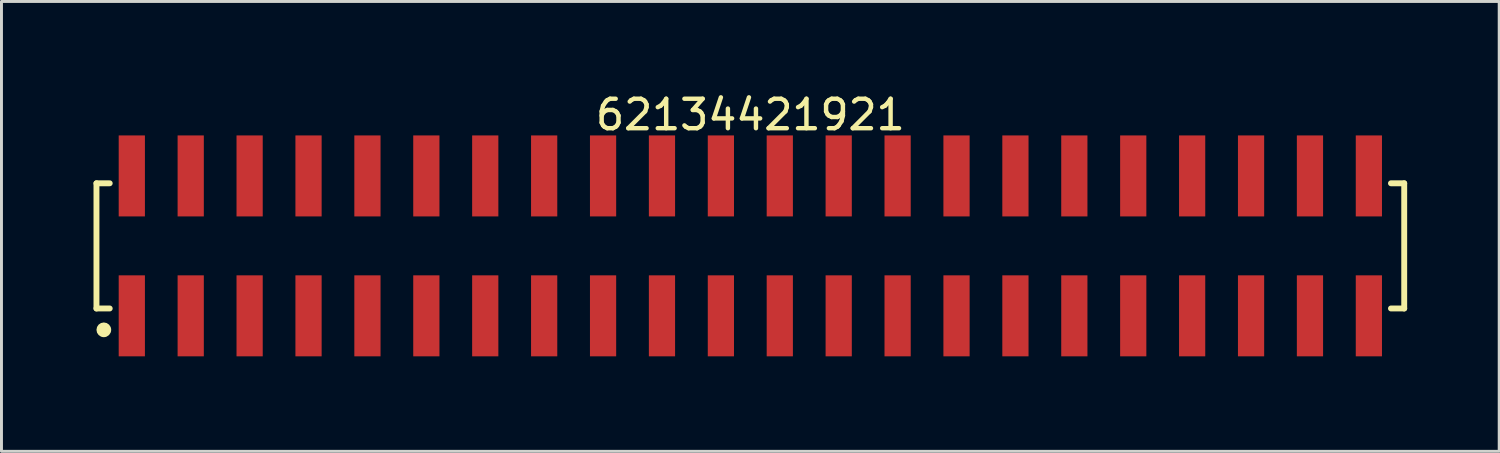
<source format=kicad_pcb>
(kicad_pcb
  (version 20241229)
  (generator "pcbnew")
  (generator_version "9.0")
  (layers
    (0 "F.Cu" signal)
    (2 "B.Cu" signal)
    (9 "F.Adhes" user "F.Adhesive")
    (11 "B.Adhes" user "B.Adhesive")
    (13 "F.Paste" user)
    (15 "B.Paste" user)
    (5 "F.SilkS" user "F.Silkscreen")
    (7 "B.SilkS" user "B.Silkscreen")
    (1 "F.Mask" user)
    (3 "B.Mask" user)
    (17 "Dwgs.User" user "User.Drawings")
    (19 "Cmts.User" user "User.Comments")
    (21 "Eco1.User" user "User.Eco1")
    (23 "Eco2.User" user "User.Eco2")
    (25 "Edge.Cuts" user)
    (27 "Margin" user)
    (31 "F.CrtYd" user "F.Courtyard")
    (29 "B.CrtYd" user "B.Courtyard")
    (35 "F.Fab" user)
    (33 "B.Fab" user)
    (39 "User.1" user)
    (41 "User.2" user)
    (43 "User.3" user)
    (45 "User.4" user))
  (footprint "62134421921"
    (layer "F.Cu")
    (at 22.425 5.298)
    (property "Reference" "62134421921" (at 0 -4.45 0) (layer "F.SilkS") (effects (font (size 1 1) (thickness 0.15))))
    (fp_line (start -22.2 -2.125) (end -21.75 -2.125) (stroke (width 0.2) (type solid)) (layer "F.SilkS"))
    (fp_line (start -22.2 2.125) (end -22.2 -2.125) (stroke (width 0.2) (type solid)) (layer "F.SilkS"))
    (fp_line (start -22.2 2.125) (end -21.75 2.125) (stroke (width 0.2) (type solid)) (layer "F.SilkS"))
    (fp_line (start 21.75 -2.125) (end 22.2 -2.125) (stroke (width 0.2) (type solid)) (layer "F.SilkS"))
    (fp_line (start 21.75 2.125) (end 22.2 2.125) (stroke (width 0.2) (type solid)) (layer "F.SilkS"))
    (fp_line (start 22.2 2.125) (end 22.2 -2.125) (stroke (width 0.2) (type solid)) (layer "F.SilkS"))
    (fp_circle (center -21.95 2.85) (end -21.95 2.725) (stroke (width 0.25) (type solid)) (fill no) (layer "F.SilkS"))
    (fp_line (start -22.4 -3.95) (end 22.4 -3.95) (stroke (width 0.05) (type solid)) (layer "Eco2.User"))
    (fp_line (start -22.4 3.95) (end -22.4 -3.95) (stroke (width 0.05) (type solid)) (layer "Eco2.User"))
    (fp_line (start -22.4 3.95) (end 22.4 3.95) (stroke (width 0.05) (type solid)) (layer "Eco2.User"))
    (fp_line (start -22 -2) (end 22 -2) (stroke (width 0.1) (type solid)) (layer "Eco2.User"))
    (fp_line (start -22 2) (end -22 -2) (stroke (width 0.1) (type solid)) (layer "Eco2.User"))
    (fp_line (start -22 2) (end 22 2) (stroke (width 0.1) (type solid)) (layer "Eco2.User"))
    (fp_line (start -21.25 -3.1) (end -20.75 -3.1) (stroke (width 0.1) (type solid)) (layer "Eco2.User"))
    (fp_line (start -21.25 -2) (end -21.25 -3.1) (stroke (width 0.1) (type solid)) (layer "Eco2.User"))
    (fp_line (start -21.25 3.1) (end -21.25 2) (stroke (width 0.1) (type solid)) (layer "Eco2.User"))
    (fp_line (start -21.25 3.1) (end -20.75 3.1) (stroke (width 0.1) (type solid)) (layer "Eco2.User"))
    (fp_line (start -20.75 -2) (end -20.75 -3.1) (stroke (width 0.1) (type solid)) (layer "Eco2.User"))
    (fp_line (start -20.75 3.1) (end -20.75 2) (stroke (width 0.1) (type solid)) (layer "Eco2.User"))
    (fp_line (start -19.25 -3.1) (end -18.75 -3.1) (stroke (width 0.1) (type solid)) (layer "Eco2.User"))
    (fp_line (start -19.25 -2) (end -19.25 -3.1) (stroke (width 0.1) (type solid)) (layer "Eco2.User"))
    (fp_line (start -19.25 3.1) (end -19.25 2) (stroke (width 0.1) (type solid)) (layer "Eco2.User"))
    (fp_line (start -19.25 3.1) (end -18.75 3.1) (stroke (width 0.1) (type solid)) (layer "Eco2.User"))
    (fp_line (start -18.75 -2) (end -18.75 -3.1) (stroke (width 0.1) (type solid)) (layer "Eco2.User"))
    (fp_line (start -18.75 3.1) (end -18.75 2) (stroke (width 0.1) (type solid)) (layer "Eco2.User"))
    (fp_line (start -17.25 -3.1) (end -16.75 -3.1) (stroke (width 0.1) (type solid)) (layer "Eco2.User"))
    (fp_line (start -17.25 -2) (end -17.25 -3.1) (stroke (width 0.1) (type solid)) (layer "Eco2.User"))
    (fp_line (start -17.25 3.1) (end -17.25 2) (stroke (width 0.1) (type solid)) (layer "Eco2.User"))
    (fp_line (start -17.25 3.1) (end -16.75 3.1) (stroke (width 0.1) (type solid)) (layer "Eco2.User"))
    (fp_line (start -16.75 -2) (end -16.75 -3.1) (stroke (width 0.1) (type solid)) (layer "Eco2.User"))
    (fp_line (start -16.75 3.1) (end -16.75 2) (stroke (width 0.1) (type solid)) (layer "Eco2.User"))
    (fp_line (start -15.25 -3.1) (end -14.75 -3.1) (stroke (width 0.1) (type solid)) (layer "Eco2.User"))
    (fp_line (start -15.25 -2) (end -15.25 -3.1) (stroke (width 0.1) (type solid)) (layer "Eco2.User"))
    (fp_line (start -15.25 3.1) (end -15.25 2) (stroke (width 0.1) (type solid)) (layer "Eco2.User"))
    (fp_line (start -15.25 3.1) (end -14.75 3.1) (stroke (width 0.1) (type solid)) (layer "Eco2.User"))
    (fp_line (start -14.75 -2) (end -14.75 -3.1) (stroke (width 0.1) (type solid)) (layer "Eco2.User"))
    (fp_line (start -14.75 3.1) (end -14.75 2) (stroke (width 0.1) (type solid)) (layer "Eco2.User"))
    (fp_line (start -13.25 -3.1) (end -12.75 -3.1) (stroke (width 0.1) (type solid)) (layer "Eco2.User"))
    (fp_line (start -13.25 -2) (end -13.25 -3.1) (stroke (width 0.1) (type solid)) (layer "Eco2.User"))
    (fp_line (start -13.25 3.1) (end -13.25 2) (stroke (width 0.1) (type solid)) (layer "Eco2.User"))
    (fp_line (start -13.25 3.1) (end -12.75 3.1) (stroke (width 0.1) (type solid)) (layer "Eco2.User"))
    (fp_line (start -12.75 -2) (end -12.75 -3.1) (stroke (width 0.1) (type solid)) (layer "Eco2.User"))
    (fp_line (start -12.75 3.1) (end -12.75 2) (stroke (width 0.1) (type solid)) (layer "Eco2.User"))
    (fp_line (start -11.25 -3.1) (end -10.75 -3.1) (stroke (width 0.1) (type solid)) (layer "Eco2.User"))
    (fp_line (start -11.25 -2) (end -11.25 -3.1) (stroke (width 0.1) (type solid)) (layer "Eco2.User"))
    (fp_line (start -11.25 3.1) (end -11.25 2) (stroke (width 0.1) (type solid)) (layer "Eco2.User"))
    (fp_line (start -11.25 3.1) (end -10.75 3.1) (stroke (width 0.1) (type solid)) (layer "Eco2.User"))
    (fp_line (start -10.75 -2) (end -10.75 -3.1) (stroke (width 0.1) (type solid)) (layer "Eco2.User"))
    (fp_line (start -10.75 3.1) (end -10.75 2) (stroke (width 0.1) (type solid)) (layer "Eco2.User"))
    (fp_line (start -9.25 -3.1) (end -8.75 -3.1) (stroke (width 0.1) (type solid)) (layer "Eco2.User"))
    (fp_line (start -9.25 -2) (end -9.25 -3.1) (stroke (width 0.1) (type solid)) (layer "Eco2.User"))
    (fp_line (start -9.25 3.1) (end -9.25 2) (stroke (width 0.1) (type solid)) (layer "Eco2.User"))
    (fp_line (start -9.25 3.1) (end -8.75 3.1) (stroke (width 0.1) (type solid)) (layer "Eco2.User"))
    (fp_line (start -8.75 -2) (end -8.75 -3.1) (stroke (width 0.1) (type solid)) (layer "Eco2.User"))
    (fp_line (start -8.75 3.1) (end -8.75 2) (stroke (width 0.1) (type solid)) (layer "Eco2.User"))
    (fp_line (start -7.25 -3.1) (end -6.75 -3.1) (stroke (width 0.1) (type solid)) (layer "Eco2.User"))
    (fp_line (start -7.25 -2) (end -7.25 -3.1) (stroke (width 0.1) (type solid)) (layer "Eco2.User"))
    (fp_line (start -7.25 3.1) (end -7.25 2) (stroke (width 0.1) (type solid)) (layer "Eco2.User"))
    (fp_line (start -7.25 3.1) (end -6.75 3.1) (stroke (width 0.1) (type solid)) (layer "Eco2.User"))
    (fp_line (start -6.75 -2) (end -6.75 -3.1) (stroke (width 0.1) (type solid)) (layer "Eco2.User"))
    (fp_line (start -6.75 3.1) (end -6.75 2) (stroke (width 0.1) (type solid)) (layer "Eco2.User"))
    (fp_line (start -5.25 -3.1) (end -4.75 -3.1) (stroke (width 0.1) (type solid)) (layer "Eco2.User"))
    (fp_line (start -5.25 -2) (end -5.25 -3.1) (stroke (width 0.1) (type solid)) (layer "Eco2.User"))
    (fp_line (start -5.25 3.1) (end -5.25 2) (stroke (width 0.1) (type solid)) (layer "Eco2.User"))
    (fp_line (start -5.25 3.1) (end -4.75 3.1) (stroke (width 0.1) (type solid)) (layer "Eco2.User"))
    (fp_line (start -4.75 -2) (end -4.75 -3.1) (stroke (width 0.1) (type solid)) (layer "Eco2.User"))
    (fp_line (start -4.75 3.1) (end -4.75 2) (stroke (width 0.1) (type solid)) (layer "Eco2.User"))
    (fp_line (start -3.25 -3.1) (end -2.75 -3.1) (stroke (width 0.1) (type solid)) (layer "Eco2.User"))
    (fp_line (start -3.25 -2) (end -3.25 -3.1) (stroke (width 0.1) (type solid)) (layer "Eco2.User"))
    (fp_line (start -3.25 3.1) (end -3.25 2) (stroke (width 0.1) (type solid)) (layer "Eco2.User"))
    (fp_line (start -3.25 3.1) (end -2.75 3.1) (stroke (width 0.1) (type solid)) (layer "Eco2.User"))
    (fp_line (start -2.75 -2) (end -2.75 -3.1) (stroke (width 0.1) (type solid)) (layer "Eco2.User"))
    (fp_line (start -2.75 3.1) (end -2.75 2) (stroke (width 0.1) (type solid)) (layer "Eco2.User"))
    (fp_line (start -1.25 -3.1) (end -0.75 -3.1) (stroke (width 0.1) (type solid)) (layer "Eco2.User"))
    (fp_line (start -1.25 -2) (end -1.25 -3.1) (stroke (width 0.1) (type solid)) (layer "Eco2.User"))
    (fp_line (start -1.25 3.1) (end -1.25 2) (stroke (width 0.1) (type solid)) (layer "Eco2.User"))
    (fp_line (start -1.25 3.1) (end -0.75 3.1) (stroke (width 0.1) (type solid)) (layer "Eco2.User"))
    (fp_line (start -0.75 -2) (end -0.75 -3.1) (stroke (width 0.1) (type solid)) (layer "Eco2.User"))
    (fp_line (start -0.75 3.1) (end -0.75 2) (stroke (width 0.1) (type solid)) (layer "Eco2.User"))
    (fp_line (start -0.5 0) (end 0.5 0) (stroke (width 0.05) (type solid)) (layer "Eco2.User"))
    (fp_line (start 0 0.5) (end 0 -0.5) (stroke (width 0.05) (type solid)) (layer "Eco2.User"))
    (fp_line (start 0.75 -3.1) (end 1.25 -3.1) (stroke (width 0.1) (type solid)) (layer "Eco2.User"))
    (fp_line (start 0.75 -2) (end 0.75 -3.1) (stroke (width 0.1) (type solid)) (layer "Eco2.User"))
    (fp_line (start 0.75 3.1) (end 0.75 2) (stroke (width 0.1) (type solid)) (layer "Eco2.User"))
    (fp_line (start 0.75 3.1) (end 1.25 3.1) (stroke (width 0.1) (type solid)) (layer "Eco2.User"))
    (fp_line (start 1.25 -2) (end 1.25 -3.1) (stroke (width 0.1) (type solid)) (layer "Eco2.User"))
    (fp_line (start 1.25 3.1) (end 1.25 2) (stroke (width 0.1) (type solid)) (layer "Eco2.User"))
    (fp_line (start 2.75 -3.1) (end 3.25 -3.1) (stroke (width 0.1) (type solid)) (layer "Eco2.User"))
    (fp_line (start 2.75 -2) (end 2.75 -3.1) (stroke (width 0.1) (type solid)) (layer "Eco2.User"))
    (fp_line (start 2.75 3.1) (end 2.75 2) (stroke (width 0.1) (type solid)) (layer "Eco2.User"))
    (fp_line (start 2.75 3.1) (end 3.25 3.1) (stroke (width 0.1) (type solid)) (layer "Eco2.User"))
    (fp_line (start 3.25 -2) (end 3.25 -3.1) (stroke (width 0.1) (type solid)) (layer "Eco2.User"))
    (fp_line (start 3.25 3.1) (end 3.25 2) (stroke (width 0.1) (type solid)) (layer "Eco2.User"))
    (fp_line (start 4.75 -3.1) (end 5.25 -3.1) (stroke (width 0.1) (type solid)) (layer "Eco2.User"))
    (fp_line (start 4.75 -2) (end 4.75 -3.1) (stroke (width 0.1) (type solid)) (layer "Eco2.User"))
    (fp_line (start 4.75 3.1) (end 4.75 2) (stroke (width 0.1) (type solid)) (layer "Eco2.User"))
    (fp_line (start 4.75 3.1) (end 5.25 3.1) (stroke (width 0.1) (type solid)) (layer "Eco2.User"))
    (fp_line (start 5.25 -2) (end 5.25 -3.1) (stroke (width 0.1) (type solid)) (layer "Eco2.User"))
    (fp_line (start 5.25 3.1) (end 5.25 2) (stroke (width 0.1) (type solid)) (layer "Eco2.User"))
    (fp_line (start 6.75 -3.1) (end 7.25 -3.1) (stroke (width 0.1) (type solid)) (layer "Eco2.User"))
    (fp_line (start 6.75 -2) (end 6.75 -3.1) (stroke (width 0.1) (type solid)) (layer "Eco2.User"))
    (fp_line (start 6.75 3.1) (end 6.75 2) (stroke (width 0.1) (type solid)) (layer "Eco2.User"))
    (fp_line (start 6.75 3.1) (end 7.25 3.1) (stroke (width 0.1) (type solid)) (layer "Eco2.User"))
    (fp_line (start 7.25 -2) (end 7.25 -3.1) (stroke (width 0.1) (type solid)) (layer "Eco2.User"))
    (fp_line (start 7.25 3.1) (end 7.25 2) (stroke (width 0.1) (type solid)) (layer "Eco2.User"))
    (fp_line (start 8.75 -3.1) (end 9.25 -3.1) (stroke (width 0.1) (type solid)) (layer "Eco2.User"))
    (fp_line (start 8.75 -2) (end 8.75 -3.1) (stroke (width 0.1) (type solid)) (layer "Eco2.User"))
    (fp_line (start 8.75 3.1) (end 8.75 2) (stroke (width 0.1) (type solid)) (layer "Eco2.User"))
    (fp_line (start 8.75 3.1) (end 9.25 3.1) (stroke (width 0.1) (type solid)) (layer "Eco2.User"))
    (fp_line (start 9.25 -2) (end 9.25 -3.1) (stroke (width 0.1) (type solid)) (layer "Eco2.User"))
    (fp_line (start 9.25 3.1) (end 9.25 2) (stroke (width 0.1) (type solid)) (layer "Eco2.User"))
    (fp_line (start 10.75 -3.1) (end 11.25 -3.1) (stroke (width 0.1) (type solid)) (layer "Eco2.User"))
    (fp_line (start 10.75 -2) (end 10.75 -3.1) (stroke (width 0.1) (type solid)) (layer "Eco2.User"))
    (fp_line (start 10.75 3.1) (end 10.75 2) (stroke (width 0.1) (type solid)) (layer "Eco2.User"))
    (fp_line (start 10.75 3.1) (end 11.25 3.1) (stroke (width 0.1) (type solid)) (layer "Eco2.User"))
    (fp_line (start 11.25 -2) (end 11.25 -3.1) (stroke (width 0.1) (type solid)) (layer "Eco2.User"))
    (fp_line (start 11.25 3.1) (end 11.25 2) (stroke (width 0.1) (type solid)) (layer "Eco2.User"))
    (fp_line (start 12.75 -3.1) (end 13.25 -3.1) (stroke (width 0.1) (type solid)) (layer "Eco2.User"))
    (fp_line (start 12.75 -2) (end 12.75 -3.1) (stroke (width 0.1) (type solid)) (layer "Eco2.User"))
    (fp_line (start 12.75 3.1) (end 12.75 2) (stroke (width 0.1) (type solid)) (layer "Eco2.User"))
    (fp_line (start 12.75 3.1) (end 13.25 3.1) (stroke (width 0.1) (type solid)) (layer "Eco2.User"))
    (fp_line (start 13.25 -2) (end 13.25 -3.1) (stroke (width 0.1) (type solid)) (layer "Eco2.User"))
    (fp_line (start 13.25 3.1) (end 13.25 2) (stroke (width 0.1) (type solid)) (layer "Eco2.User"))
    (fp_line (start 14.75 -3.1) (end 15.25 -3.1) (stroke (width 0.1) (type solid)) (layer "Eco2.User"))
    (fp_line (start 14.75 -2) (end 14.75 -3.1) (stroke (width 0.1) (type solid)) (layer "Eco2.User"))
    (fp_line (start 14.75 3.1) (end 14.75 2) (stroke (width 0.1) (type solid)) (layer "Eco2.User"))
    (fp_line (start 14.75 3.1) (end 15.25 3.1) (stroke (width 0.1) (type solid)) (layer "Eco2.User"))
    (fp_line (start 15.25 -2) (end 15.25 -3.1) (stroke (width 0.1) (type solid)) (layer "Eco2.User"))
    (fp_line (start 15.25 3.1) (end 15.25 2) (stroke (width 0.1) (type solid)) (layer "Eco2.User"))
    (fp_line (start 16.75 -3.1) (end 17.25 -3.1) (stroke (width 0.1) (type solid)) (layer "Eco2.User"))
    (fp_line (start 16.75 -2) (end 16.75 -3.1) (stroke (width 0.1) (type solid)) (layer "Eco2.User"))
    (fp_line (start 16.75 3.1) (end 16.75 2) (stroke (width 0.1) (type solid)) (layer "Eco2.User"))
    (fp_line (start 16.75 3.1) (end 17.25 3.1) (stroke (width 0.1) (type solid)) (layer "Eco2.User"))
    (fp_line (start 17.25 -2) (end 17.25 -3.1) (stroke (width 0.1) (type solid)) (layer "Eco2.User"))
    (fp_line (start 17.25 3.1) (end 17.25 2) (stroke (width 0.1) (type solid)) (layer "Eco2.User"))
    (fp_line (start 18.75 -3.1) (end 19.25 -3.1) (stroke (width 0.1) (type solid)) (layer "Eco2.User"))
    (fp_line (start 18.75 -2) (end 18.75 -3.1) (stroke (width 0.1) (type solid)) (layer "Eco2.User"))
    (fp_line (start 18.75 3.1) (end 18.75 2) (stroke (width 0.1) (type solid)) (layer "Eco2.User"))
    (fp_line (start 18.75 3.1) (end 19.25 3.1) (stroke (width 0.1) (type solid)) (layer "Eco2.User"))
    (fp_line (start 19.25 -2) (end 19.25 -3.1) (stroke (width 0.1) (type solid)) (layer "Eco2.User"))
    (fp_line (start 19.25 3.1) (end 19.25 2) (stroke (width 0.1) (type solid)) (layer "Eco2.User"))
    (fp_line (start 20.75 -3.1) (end 21.25 -3.1) (stroke (width 0.1) (type solid)) (layer "Eco2.User"))
    (fp_line (start 20.75 -2) (end 20.75 -3.1) (stroke (width 0.1) (type solid)) (layer "Eco2.User"))
    (fp_line (start 20.75 3.1) (end 20.75 2) (stroke (width 0.1) (type solid)) (layer "Eco2.User"))
    (fp_line (start 20.75 3.1) (end 21.25 3.1) (stroke (width 0.1) (type solid)) (layer "Eco2.User"))
    (fp_line (start 21.25 -2) (end 21.25 -3.1) (stroke (width 0.1) (type solid)) (layer "Eco2.User"))
    (fp_line (start 21.25 3.1) (end 21.25 2) (stroke (width 0.1) (type solid)) (layer "Eco2.User"))
    (fp_line (start 22 2) (end 22 -2) (stroke (width 0.1) (type solid)) (layer "Eco2.User"))
    (fp_line (start 22.4 3.95) (end 22.4 -3.95) (stroke (width 0.05) (type solid)) (layer "Eco2.User"))
    (fp_text user "${REFERENCE}" (at 0.15 -0.197 0) (unlocked yes) (layer "User.3") (effects (font (size 1.5 1.5) (thickness 0.15))))
    (pad "1" smd rect (at -21 2.375) (size 0.89 2.75) (layers "F.Cu" "F.Mask" "F.Paste"))
    (pad "2" smd rect (at -21 -2.375) (size 0.89 2.75) (layers "F.Cu" "F.Mask" "F.Paste"))
    (pad "3" smd rect (at -19 2.375) (size 0.89 2.75) (layers "F.Cu" "F.Mask" "F.Paste"))
    (pad "4" smd rect (at -19 -2.375) (size 0.89 2.75) (layers "F.Cu" "F.Mask" "F.Paste"))
    (pad "5" smd rect (at -17 2.375) (size 0.89 2.75) (layers "F.Cu" "F.Mask" "F.Paste"))
    (pad "6" smd rect (at -17 -2.375) (size 0.89 2.75) (layers "F.Cu" "F.Mask" "F.Paste"))
    (pad "7" smd rect (at -15 2.375) (size 0.89 2.75) (layers "F.Cu" "F.Mask" "F.Paste"))
    (pad "8" smd rect (at -15 -2.375) (size 0.89 2.75) (layers "F.Cu" "F.Mask" "F.Paste"))
    (pad "9" smd rect (at -13 2.375) (size 0.89 2.75) (layers "F.Cu" "F.Mask" "F.Paste"))
    (pad "10" smd rect (at -13 -2.375) (size 0.89 2.75) (layers "F.Cu" "F.Mask" "F.Paste"))
    (pad "11" smd rect (at -11 2.375) (size 0.89 2.75) (layers "F.Cu" "F.Mask" "F.Paste"))
    (pad "12" smd rect (at -11 -2.375) (size 0.89 2.75) (layers "F.Cu" "F.Mask" "F.Paste"))
    (pad "13" smd rect (at -9 2.375) (size 0.89 2.75) (layers "F.Cu" "F.Mask" "F.Paste"))
    (pad "14" smd rect (at -9 -2.375) (size 0.89 2.75) (layers "F.Cu" "F.Mask" "F.Paste"))
    (pad "15" smd rect (at -7 2.375) (size 0.89 2.75) (layers "F.Cu" "F.Mask" "F.Paste"))
    (pad "16" smd rect (at -7 -2.375) (size 0.89 2.75) (layers "F.Cu" "F.Mask" "F.Paste"))
    (pad "17" smd rect (at -5 2.375) (size 0.89 2.75) (layers "F.Cu" "F.Mask" "F.Paste"))
    (pad "18" smd rect (at -5 -2.375) (size 0.89 2.75) (layers "F.Cu" "F.Mask" "F.Paste"))
    (pad "19" smd rect (at -3 2.375) (size 0.89 2.75) (layers "F.Cu" "F.Mask" "F.Paste"))
    (pad "20" smd rect (at -3 -2.375) (size 0.89 2.75) (layers "F.Cu" "F.Mask" "F.Paste"))
    (pad "21" smd rect (at -1 2.375) (size 0.89 2.75) (layers "F.Cu" "F.Mask" "F.Paste"))
    (pad "22" smd rect (at -1 -2.375) (size 0.89 2.75) (layers "F.Cu" "F.Mask" "F.Paste"))
    (pad "23" smd rect (at 1 2.375) (size 0.89 2.75) (layers "F.Cu" "F.Mask" "F.Paste"))
    (pad "24" smd rect (at 1 -2.375) (size 0.89 2.75) (layers "F.Cu" "F.Mask" "F.Paste"))
    (pad "25" smd rect (at 3 2.375) (size 0.89 2.75) (layers "F.Cu" "F.Mask" "F.Paste"))
    (pad "26" smd rect (at 3 -2.375) (size 0.89 2.75) (layers "F.Cu" "F.Mask" "F.Paste"))
    (pad "27" smd rect (at 5 2.375) (size 0.89 2.75) (layers "F.Cu" "F.Mask" "F.Paste"))
    (pad "28" smd rect (at 5 -2.375) (size 0.89 2.75) (layers "F.Cu" "F.Mask" "F.Paste"))
    (pad "29" smd rect (at 7 2.375) (size 0.89 2.75) (layers "F.Cu" "F.Mask" "F.Paste"))
    (pad "30" smd rect (at 7 -2.375) (size 0.89 2.75) (layers "F.Cu" "F.Mask" "F.Paste"))
    (pad "31" smd rect (at 9 2.375) (size 0.89 2.75) (layers "F.Cu" "F.Mask" "F.Paste"))
    (pad "32" smd rect (at 9 -2.375) (size 0.89 2.75) (layers "F.Cu" "F.Mask" "F.Paste"))
    (pad "33" smd rect (at 11 2.375) (size 0.89 2.75) (layers "F.Cu" "F.Mask" "F.Paste"))
    (pad "34" smd rect (at 11 -2.375) (size 0.89 2.75) (layers "F.Cu" "F.Mask" "F.Paste"))
    (pad "35" smd rect (at 13 2.375) (size 0.89 2.75) (layers "F.Cu" "F.Mask" "F.Paste"))
    (pad "36" smd rect (at 13 -2.375) (size 0.89 2.75) (layers "F.Cu" "F.Mask" "F.Paste"))
    (pad "37" smd rect (at 15 2.375) (size 0.89 2.75) (layers "F.Cu" "F.Mask" "F.Paste"))
    (pad "38" smd rect (at 15 -2.375) (size 0.89 2.75) (layers "F.Cu" "F.Mask" "F.Paste"))
    (pad "39" smd rect (at 17 2.375) (size 0.89 2.75) (layers "F.Cu" "F.Mask" "F.Paste"))
    (pad "40" smd rect (at 17 -2.375) (size 0.89 2.75) (layers "F.Cu" "F.Mask" "F.Paste"))
    (pad "41" smd rect (at 19 2.375) (size 0.89 2.75) (layers "F.Cu" "F.Mask" "F.Paste"))
    (pad "42" smd rect (at 19 -2.375) (size 0.89 2.75) (layers "F.Cu" "F.Mask" "F.Paste"))
    (pad "43" smd rect (at 21 2.375) (size 0.89 2.75) (layers "F.Cu" "F.Mask" "F.Paste"))
    (pad "44" smd rect (at 21 -2.375) (size 0.89 2.75) (layers "F.Cu" "F.Mask" "F.Paste")))
  (gr_rect
    (start -3 -3)
    (end 47.85 12.273)
    (stroke (width 0.1) (type default))
    (fill no)
    (layer "Edge.Cuts")))
</source>
